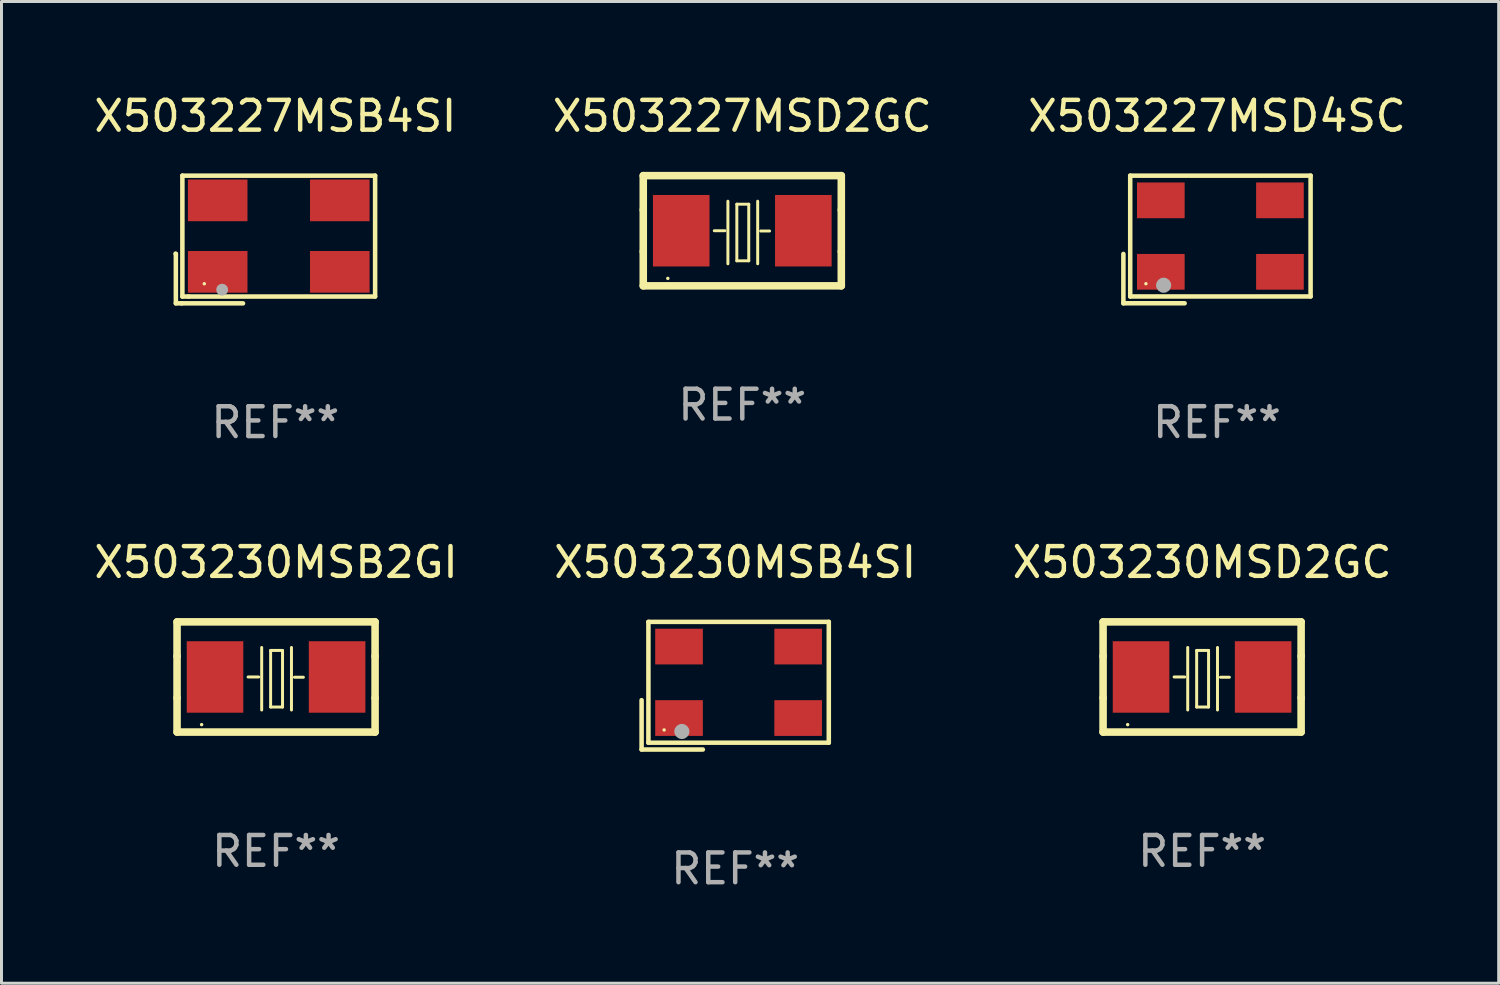
<source format=kicad_pcb>
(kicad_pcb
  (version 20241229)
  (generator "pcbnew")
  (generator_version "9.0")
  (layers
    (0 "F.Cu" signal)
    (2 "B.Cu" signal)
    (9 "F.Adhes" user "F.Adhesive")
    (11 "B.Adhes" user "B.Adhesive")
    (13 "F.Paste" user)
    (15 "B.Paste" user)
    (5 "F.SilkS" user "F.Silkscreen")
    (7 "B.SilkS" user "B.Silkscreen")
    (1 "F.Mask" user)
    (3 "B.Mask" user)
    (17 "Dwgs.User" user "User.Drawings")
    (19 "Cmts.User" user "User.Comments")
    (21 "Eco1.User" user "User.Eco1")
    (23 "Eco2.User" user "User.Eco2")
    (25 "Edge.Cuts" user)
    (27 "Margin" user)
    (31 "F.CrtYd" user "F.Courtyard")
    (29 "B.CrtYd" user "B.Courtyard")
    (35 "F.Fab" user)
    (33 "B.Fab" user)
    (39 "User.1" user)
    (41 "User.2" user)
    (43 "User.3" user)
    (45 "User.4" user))
  (footprint "X503230MSD2GC"
    (layer "F.Cu")
    (at 37.315 19.682)
    (property "Reference" "X503230MSD2GC" (at 0 -3.85 0) (layer "F.SilkS") (effects (font (size 1 1) (thickness 0.15))))
    (attr through_hole)
    (fp_line (start -3.325 0.7) (end -3.325 -0.7) (stroke (width 0.254) (type solid)) (layer "F.SilkS"))
    (fp_line (start -3.325 -1.85) (end 3.325 -1.85) (stroke (width 0.254) (type solid)) (layer "F.SilkS"))
    (fp_line (start -3.325 -0.7) (end -3.325 -1.85) (stroke (width 0.254) (type solid)) (layer "F.SilkS"))
    (fp_line (start -3.325 1.85) (end -3.325 0.7) (stroke (width 0.254) (type solid)) (layer "F.SilkS"))
    (fp_line (start -0.94 -0.000127) (end -0.584 -0.000127) (stroke (width 0.1) (type solid)) (layer "F.SilkS"))
    (fp_line (start -0.483 -0.991) (end -0.483 1.109) (stroke (width 0.1) (type solid)) (layer "F.SilkS"))
    (fp_line (start -0.183 -0.891) (end -0.183 1.009) (stroke (width 0.1) (type solid)) (layer "F.SilkS"))
    (fp_line (start -0.183 1.009) (end 0.217 1.009) (stroke (width 0.1) (type solid)) (layer "F.SilkS"))
    (fp_line (start 0.217 -0.891) (end -0.183 -0.891) (stroke (width 0.1) (type solid)) (layer "F.SilkS"))
    (fp_line (start 0.217 1.009) (end 0.217 -0.891) (stroke (width 0.1) (type solid)) (layer "F.SilkS"))
    (fp_line (start 0.517 -0.991) (end 0.517 1.109) (stroke (width 0.1) (type solid)) (layer "F.SilkS"))
    (fp_line (start 0.617 0.009) (end 0.917 0.009) (stroke (width 0.1) (type solid)) (layer "F.SilkS"))
    (fp_line (start 3.325 -1.85) (end 3.325 -0.7) (stroke (width 0.254) (type solid)) (layer "F.SilkS"))
    (fp_line (start 3.325 0.7) (end 3.325 1.85) (stroke (width 0.254) (type solid)) (layer "F.SilkS"))
    (fp_line (start 3.325 1.85) (end -3.325 1.85) (stroke (width 0.254) (type solid)) (layer "F.SilkS"))
    (fp_line (start 3.325 -0.7) (end 3.325 0.7) (stroke (width 0.254) (type solid)) (layer "F.SilkS"))
    (fp_circle (center -2.5 1.6) (end -2.47 1.6) (stroke (width 0.06) (type solid)) (fill no) (layer "F.SilkS"))
    (fp_text user "REF**" (at 0 5.85 0) (layer "F.Fab") (effects (font (size 1 1) (thickness 0.15))))
    (pad "1" smd rect (at -2.05 -0.000127) (size 1.9 2.4) (layers "F.Cu" "F.Mask" "F.Paste"))
    (pad "2" smd rect (at 2.05 -0.000127) (size 1.9 2.4) (layers "F.Cu" "F.Mask" "F.Paste")))
  (footprint "X503227MSD4SC"
    (layer "F.Cu")
    (at 37.815 4.991)
    (property "Reference" "X503227MSD4SC" (at 0 -4.143 0) (layer "F.SilkS") (effects (font (size 1 1) (thickness 0.15))))
    (attr through_hole)
    (fp_line (start -3.143 0.486) (end -3.143 2.143) (stroke (width 0.152) (type solid)) (layer "F.SilkS"))
    (fp_line (start -3.143 2.143) (end -1.086 2.143) (stroke (width 0.152) (type solid)) (layer "F.SilkS"))
    (fp_line (start -2.914 -2.143) (end 3.143 -2.143) (stroke (width 0.152) (type solid)) (layer "F.SilkS"))
    (fp_line (start -2.914 1.914) (end -2.914 -2.143) (stroke (width 0.152) (type solid)) (layer "F.SilkS"))
    (fp_line (start 3.143 -2.143) (end 3.143 1.914) (stroke (width 0.152) (type solid)) (layer "F.SilkS"))
    (fp_line (start 3.143 1.914) (end -2.914 1.914) (stroke (width 0.152) (type solid)) (layer "F.SilkS"))
    (fp_circle (center -2.386 1.486) (end -2.356 1.486) (stroke (width 0.06) (type solid)) (fill no) (layer "F.SilkS"))
    (fp_circle (center -1.791 1.537) (end -1.664 1.537) (stroke (width 0.254) (type solid)) (fill no) (layer "F.Fab"))
    (fp_text user "REF**" (at 0 6.143 0) (layer "F.Fab") (effects (font (size 1 1) (thickness 0.15))))
    (pad "1" smd rect (at -1.886 1.086) (size 1.6 1.2) (layers "F.Cu" "F.Mask" "F.Paste"))
    (pad "2" smd rect (at 2.114 1.086) (size 1.6 1.2) (layers "F.Cu" "F.Mask" "F.Paste"))
    (pad "3" smd rect (at 2.114 -1.314) (size 1.6 1.2) (layers "F.Cu" "F.Mask" "F.Paste"))
    (pad "4" smd rect (at -1.886 -1.314) (size 1.6 1.2) (layers "F.Cu" "F.Mask" "F.Paste")))
  (footprint "X503230MSB2GI"
    (layer "F.Cu")
    (at 6.22 19.682)
    (property "Reference" "X503230MSB2GI" (at 0 -3.85 0) (layer "F.SilkS") (effects (font (size 1 1) (thickness 0.15))))
    (attr through_hole)
    (fp_line (start -3.325 0.7) (end -3.325 -0.7) (stroke (width 0.254) (type solid)) (layer "F.SilkS"))
    (fp_line (start -3.325 -1.85) (end 3.325 -1.85) (stroke (width 0.254) (type solid)) (layer "F.SilkS"))
    (fp_line (start -3.325 -0.7) (end -3.325 -1.85) (stroke (width 0.254) (type solid)) (layer "F.SilkS"))
    (fp_line (start -3.325 1.85) (end -3.325 0.7) (stroke (width 0.254) (type solid)) (layer "F.SilkS"))
    (fp_line (start -0.94 -0.000127) (end -0.584 -0.000127) (stroke (width 0.1) (type solid)) (layer "F.SilkS"))
    (fp_line (start -0.483 -0.991) (end -0.483 1.109) (stroke (width 0.1) (type solid)) (layer "F.SilkS"))
    (fp_line (start -0.183 -0.891) (end -0.183 1.009) (stroke (width 0.1) (type solid)) (layer "F.SilkS"))
    (fp_line (start -0.183 1.009) (end 0.217 1.009) (stroke (width 0.1) (type solid)) (layer "F.SilkS"))
    (fp_line (start 0.217 -0.891) (end -0.183 -0.891) (stroke (width 0.1) (type solid)) (layer "F.SilkS"))
    (fp_line (start 0.217 1.009) (end 0.217 -0.891) (stroke (width 0.1) (type solid)) (layer "F.SilkS"))
    (fp_line (start 0.517 -0.991) (end 0.517 1.109) (stroke (width 0.1) (type solid)) (layer "F.SilkS"))
    (fp_line (start 0.617 0.009) (end 0.917 0.009) (stroke (width 0.1) (type solid)) (layer "F.SilkS"))
    (fp_line (start 3.325 -1.85) (end 3.325 -0.7) (stroke (width 0.254) (type solid)) (layer "F.SilkS"))
    (fp_line (start 3.325 0.7) (end 3.325 1.85) (stroke (width 0.254) (type solid)) (layer "F.SilkS"))
    (fp_line (start 3.325 1.85) (end -3.325 1.85) (stroke (width 0.254) (type solid)) (layer "F.SilkS"))
    (fp_line (start 3.325 -0.7) (end 3.325 0.7) (stroke (width 0.254) (type solid)) (layer "F.SilkS"))
    (fp_circle (center -2.5 1.6) (end -2.47 1.6) (stroke (width 0.06) (type solid)) (fill no) (layer "F.SilkS"))
    (fp_text user "REF**" (at 0 5.85 0) (layer "F.Fab") (effects (font (size 1 1) (thickness 0.15))))
    (pad "1" smd rect (at -2.05 -0.000127) (size 1.9 2.4) (layers "F.Cu" "F.Mask" "F.Paste"))
    (pad "2" smd rect (at 2.05 -0.000127) (size 1.9 2.4) (layers "F.Cu" "F.Mask" "F.Paste")))
  (footprint "X503230MSB4SI"
    (layer "F.Cu")
    (at 21.637 19.975)
    (property "Reference" "X503230MSB4SI" (at 0 -4.143 0) (layer "F.SilkS") (effects (font (size 1 1) (thickness 0.15))))
    (attr through_hole)
    (fp_line (start -3.143 0.486) (end -3.143 2.143) (stroke (width 0.152) (type solid)) (layer "F.SilkS"))
    (fp_line (start -3.143 2.143) (end -1.086 2.143) (stroke (width 0.152) (type solid)) (layer "F.SilkS"))
    (fp_line (start -2.914 -2.143) (end 3.143 -2.143) (stroke (width 0.152) (type solid)) (layer "F.SilkS"))
    (fp_line (start -2.914 1.914) (end -2.914 -2.143) (stroke (width 0.152) (type solid)) (layer "F.SilkS"))
    (fp_line (start 3.143 -2.143) (end 3.143 1.914) (stroke (width 0.152) (type solid)) (layer "F.SilkS"))
    (fp_line (start 3.143 1.914) (end -2.914 1.914) (stroke (width 0.152) (type solid)) (layer "F.SilkS"))
    (fp_circle (center -2.386 1.486) (end -2.356 1.486) (stroke (width 0.06) (type solid)) (fill no) (layer "F.SilkS"))
    (fp_circle (center -1.791 1.537) (end -1.664 1.537) (stroke (width 0.254) (type solid)) (fill no) (layer "F.Fab"))
    (fp_text user "REF**" (at 0 6.143 0) (layer "F.Fab") (effects (font (size 1 1) (thickness 0.15))))
    (pad "1" smd rect (at -1.886 1.086) (size 1.6 1.2) (layers "F.Cu" "F.Mask" "F.Paste"))
    (pad "2" smd rect (at 2.114 1.086) (size 1.6 1.2) (layers "F.Cu" "F.Mask" "F.Paste"))
    (pad "3" smd rect (at 2.114 -1.314) (size 1.6 1.2) (layers "F.Cu" "F.Mask" "F.Paste"))
    (pad "4" smd rect (at -1.886 -1.314) (size 1.6 1.2) (layers "F.Cu" "F.Mask" "F.Paste")))
  (footprint "X503227MSB4SI"
    (layer "F.Cu")
    (at 6.196 4.992)
    (property "Reference" "X503227MSB4SI" (at 0 -4.144 0) (layer "F.SilkS") (effects (font (size 1 1) (thickness 0.15))))
    (attr through_hole)
    (fp_line (start -3.35 0.476) (end -3.341 0.485) (stroke (width 0.152) (type solid)) (layer "F.SilkS"))
    (fp_line (start -3.341 0.485) (end -3.341 2.144) (stroke (width 0.152) (type solid)) (layer "F.SilkS"))
    (fp_line (start -3.341 2.144) (end -3.143 2.144) (stroke (width 0.152) (type solid)) (layer "F.SilkS"))
    (fp_line (start -3.143 2.144) (end -1.085 2.144) (stroke (width 0.152) (type solid)) (layer "F.SilkS"))
    (fp_line (start -3.122 -2.144) (end 3.35 -2.144) (stroke (width 0.152) (type solid)) (layer "F.SilkS"))
    (fp_line (start -3.122 1.915) (end -3.122 -2.144) (stroke (width 0.152) (type solid)) (layer "F.SilkS"))
    (fp_line (start -2.914 1.915) (end -3.122 1.915) (stroke (width 0.152) (type solid)) (layer "F.SilkS"))
    (fp_line (start 3.35 -2.144) (end 3.35 1.915) (stroke (width 0.152) (type solid)) (layer "F.SilkS"))
    (fp_line (start 3.35 1.915) (end -2.914 1.915) (stroke (width 0.152) (type solid)) (layer "F.SilkS"))
    (fp_circle (center -2.386 1.486) (end -2.356 1.486) (stroke (width 0.06) (type solid)) (fill no) (layer "F.SilkS"))
    (fp_circle (center -1.786 1.686) (end -1.686 1.686) (stroke (width 0.2) (type solid)) (fill no) (layer "F.Fab"))
    (fp_text user "REF**" (at 0 6.144 0) (layer "F.Fab") (effects (font (size 1 1) (thickness 0.15))))
    (pad "1" smd rect (at -1.936 1.086) (size 2 1.4) (layers "F.Cu" "F.Mask" "F.Paste"))
    (pad "2" smd rect (at 2.164 1.086) (size 2 1.4) (layers "F.Cu" "F.Mask" "F.Paste"))
    (pad "3" smd rect (at 2.164 -1.314) (size 2 1.4) (layers "F.Cu" "F.Mask" "F.Paste"))
    (pad "4" smd rect (at -1.936 -1.314) (size 2 1.4) (layers "F.Cu" "F.Mask" "F.Paste")))
  (footprint "X503227MSD2GC"
    (layer "F.Cu")
    (at 21.875 4.698)
    (property "Reference" "X503227MSD2GC" (at 0 -3.85 0) (layer "F.SilkS") (effects (font (size 1 1) (thickness 0.15))))
    (attr through_hole)
    (fp_line (start -3.325 0.7) (end -3.325 -0.7) (stroke (width 0.254) (type solid)) (layer "F.SilkS"))
    (fp_line (start -3.325 -1.85) (end 3.325 -1.85) (stroke (width 0.254) (type solid)) (layer "F.SilkS"))
    (fp_line (start -3.325 -0.7) (end -3.325 -1.85) (stroke (width 0.254) (type solid)) (layer "F.SilkS"))
    (fp_line (start -3.325 1.85) (end -3.325 0.7) (stroke (width 0.254) (type solid)) (layer "F.SilkS"))
    (fp_line (start -0.94 -0.000127) (end -0.584 -0.000127) (stroke (width 0.1) (type solid)) (layer "F.SilkS"))
    (fp_line (start -0.483 -0.991) (end -0.483 1.109) (stroke (width 0.1) (type solid)) (layer "F.SilkS"))
    (fp_line (start -0.183 -0.891) (end -0.183 1.009) (stroke (width 0.1) (type solid)) (layer "F.SilkS"))
    (fp_line (start -0.183 1.009) (end 0.217 1.009) (stroke (width 0.1) (type solid)) (layer "F.SilkS"))
    (fp_line (start 0.217 -0.891) (end -0.183 -0.891) (stroke (width 0.1) (type solid)) (layer "F.SilkS"))
    (fp_line (start 0.217 1.009) (end 0.217 -0.891) (stroke (width 0.1) (type solid)) (layer "F.SilkS"))
    (fp_line (start 0.517 -0.991) (end 0.517 1.109) (stroke (width 0.1) (type solid)) (layer "F.SilkS"))
    (fp_line (start 0.617 0.009) (end 0.917 0.009) (stroke (width 0.1) (type solid)) (layer "F.SilkS"))
    (fp_line (start 3.325 -1.85) (end 3.325 -0.7) (stroke (width 0.254) (type solid)) (layer "F.SilkS"))
    (fp_line (start 3.325 0.7) (end 3.325 1.85) (stroke (width 0.254) (type solid)) (layer "F.SilkS"))
    (fp_line (start 3.325 1.85) (end -3.325 1.85) (stroke (width 0.254) (type solid)) (layer "F.SilkS"))
    (fp_line (start 3.325 -0.7) (end 3.325 0.7) (stroke (width 0.254) (type solid)) (layer "F.SilkS"))
    (fp_circle (center -2.5 1.6) (end -2.47 1.6) (stroke (width 0.06) (type solid)) (fill no) (layer "F.SilkS"))
    (fp_text user "REF**" (at 0 5.85 0) (layer "F.Fab") (effects (font (size 1 1) (thickness 0.15))))
    (pad "1" smd rect (at -2.05 -0.000127) (size 1.9 2.4) (layers "F.Cu" "F.Mask" "F.Paste"))
    (pad "2" smd rect (at 2.05 -0.000127) (size 1.9 2.4) (layers "F.Cu" "F.Mask" "F.Paste")))
  (gr_rect
    (start -3 -3)
    (end 47.274 29.966)
    (stroke (width 0.1) (type default))
    (fill no)
    (layer "Edge.Cuts")))
</source>
